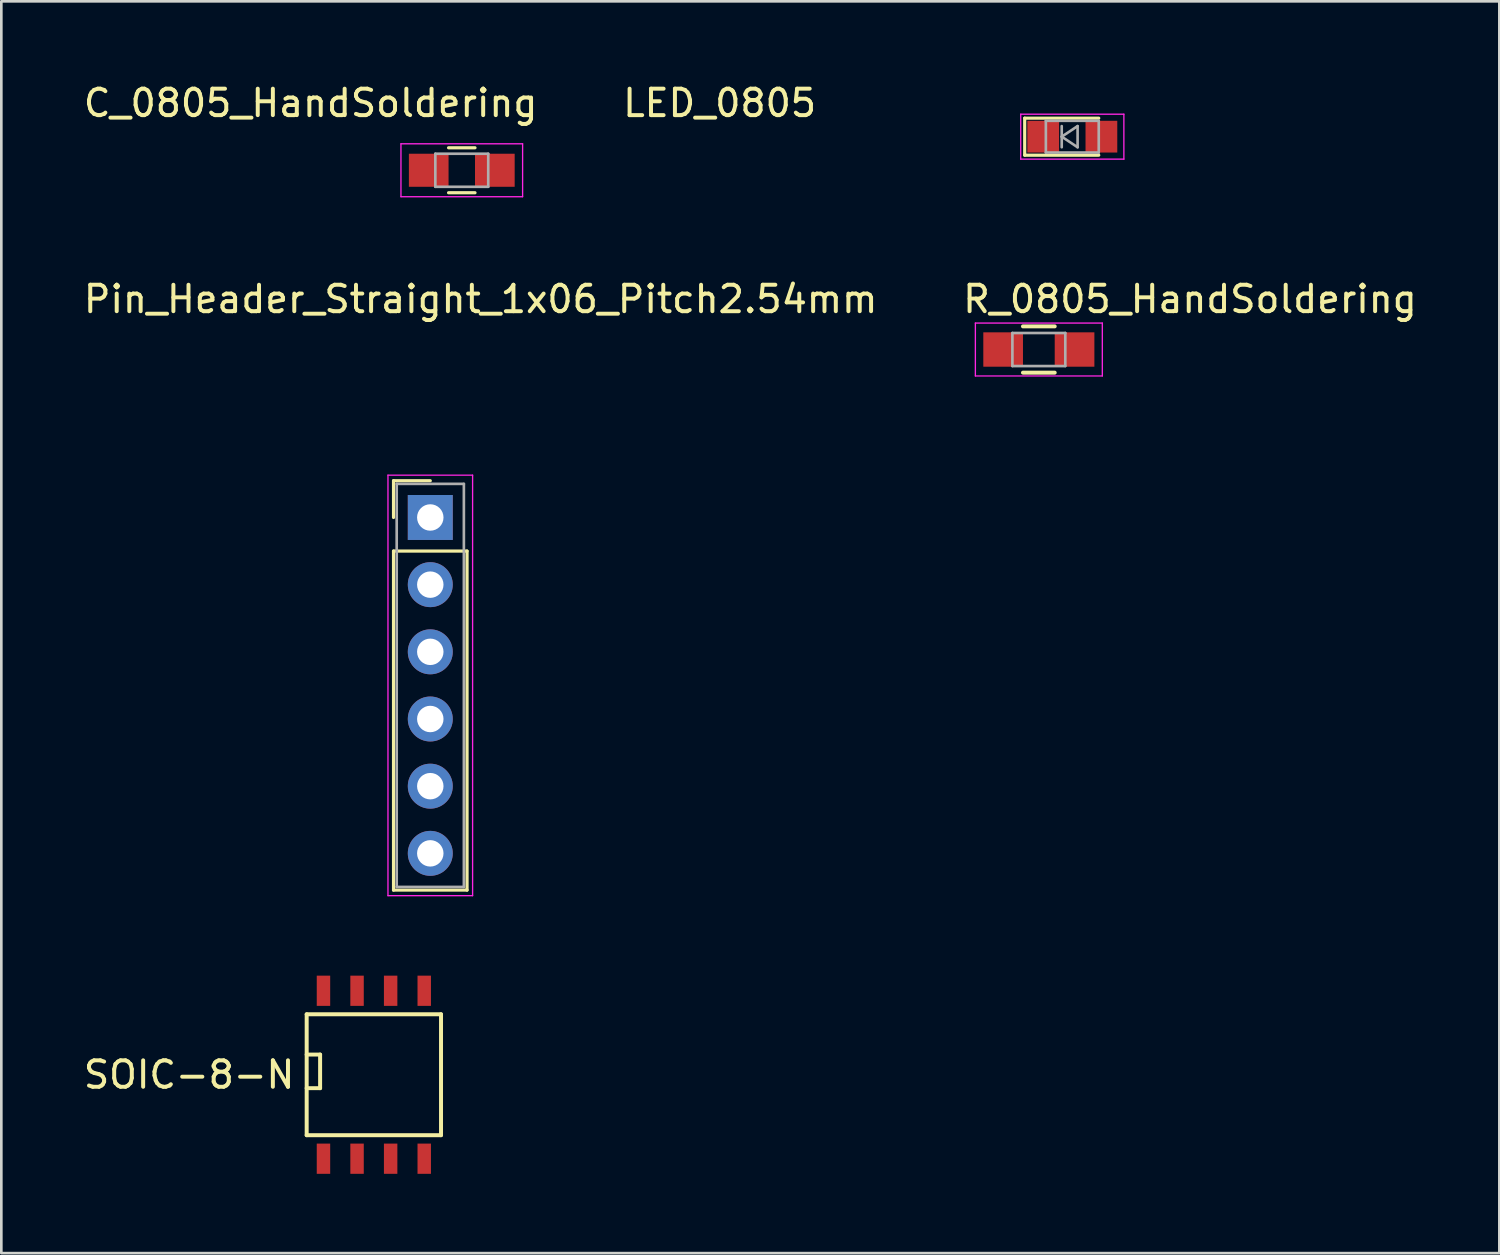
<source format=kicad_pcb>
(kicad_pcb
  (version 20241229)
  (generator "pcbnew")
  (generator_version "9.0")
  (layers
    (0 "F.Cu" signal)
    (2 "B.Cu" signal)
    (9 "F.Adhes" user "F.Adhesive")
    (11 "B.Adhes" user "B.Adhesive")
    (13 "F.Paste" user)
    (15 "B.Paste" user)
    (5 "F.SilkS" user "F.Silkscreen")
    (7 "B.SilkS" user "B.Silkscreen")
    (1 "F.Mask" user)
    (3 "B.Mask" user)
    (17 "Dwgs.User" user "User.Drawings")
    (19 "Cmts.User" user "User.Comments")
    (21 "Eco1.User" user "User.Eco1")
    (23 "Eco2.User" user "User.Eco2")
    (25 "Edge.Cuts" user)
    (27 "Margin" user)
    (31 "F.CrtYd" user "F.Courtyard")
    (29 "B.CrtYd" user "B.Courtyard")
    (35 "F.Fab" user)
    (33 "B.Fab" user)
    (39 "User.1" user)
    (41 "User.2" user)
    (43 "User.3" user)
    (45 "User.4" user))
  (footprint "Pin_Header_Straight_1x06_Pitch2.54mm"
    (layer "F.Cu")
    (at 13.22 16.517)
    (property "Reference" "Pin_Header_Straight_1x06_Pitch2.54mm" (at 1.905 -8.255 0) (layer "F.SilkS") (effects (font (size 1 1) (thickness 0.15))))
    (attr through_hole)
    (fp_line (start -1.39 -1.39) (end 0 -1.39) (stroke (width 0.12) (type solid)) (layer "F.SilkS"))
    (fp_line (start -1.39 0) (end -1.39 -1.39) (stroke (width 0.12) (type solid)) (layer "F.SilkS"))
    (fp_line (start -1.39 1.27) (end -1.39 14.09) (stroke (width 0.12) (type solid)) (layer "F.SilkS"))
    (fp_line (start -1.39 14.09) (end 1.39 14.09) (stroke (width 0.12) (type solid)) (layer "F.SilkS"))
    (fp_line (start 1.39 1.27) (end -1.39 1.27) (stroke (width 0.12) (type solid)) (layer "F.SilkS"))
    (fp_line (start 1.39 14.09) (end 1.39 1.27) (stroke (width 0.12) (type solid)) (layer "F.SilkS"))
    (fp_line (start -1.6 -1.6) (end -1.6 14.3) (stroke (width 0.05) (type solid)) (layer "F.CrtYd"))
    (fp_line (start -1.6 14.3) (end 1.6 14.3) (stroke (width 0.05) (type solid)) (layer "F.CrtYd"))
    (fp_line (start 1.6 -1.6) (end -1.6 -1.6) (stroke (width 0.05) (type solid)) (layer "F.CrtYd"))
    (fp_line (start 1.6 14.3) (end 1.6 -1.6) (stroke (width 0.05) (type solid)) (layer "F.CrtYd"))
    (fp_line (start -1.27 -1.27) (end -1.27 13.97) (stroke (width 0.1) (type solid)) (layer "F.Fab"))
    (fp_line (start -1.27 13.97) (end 1.27 13.97) (stroke (width 0.1) (type solid)) (layer "F.Fab"))
    (fp_line (start 1.27 -1.27) (end -1.27 -1.27) (stroke (width 0.1) (type solid)) (layer "F.Fab"))
    (fp_line (start 1.27 13.97) (end 1.27 -1.27) (stroke (width 0.1) (type solid)) (layer "F.Fab"))
    (pad "1" thru_hole rect (at 0 0) (size 1.7 1.7) (drill 1) (layers "*.Cu" "*.Mask"))
    (pad "2" thru_hole oval (at 0 2.54) (size 1.7 1.7) (drill 1) (layers "*.Cu" "*.Mask"))
    (pad "3" thru_hole oval (at 0 5.08) (size 1.7 1.7) (drill 1) (layers "*.Cu" "*.Mask"))
    (pad "4" thru_hole oval (at 0 7.62) (size 1.7 1.7) (drill 1) (layers "*.Cu" "*.Mask"))
    (pad "5" thru_hole oval (at 0 10.16) (size 1.7 1.7) (drill 1) (layers "*.Cu" "*.Mask"))
    (pad "6" thru_hole oval (at 0 12.7) (size 1.7 1.7) (drill 1) (layers "*.Cu" "*.Mask")))
  (footprint "SOIC-8-N"
    (layer "F.Cu")
    (at 11.086 37.588)
    (property "Reference" "SOIC-8-N" (at -6.985 0 0) (layer "F.SilkS") (effects (font (size 1 1) (thickness 0.15))))
    (attr smd)
    (fp_line (start -2.54 -2.286) (end 2.54 -2.286) (stroke (width 0.15) (type solid)) (layer "F.SilkS"))
    (fp_line (start -2.54 -0.762) (end -2.032 -0.762) (stroke (width 0.15) (type solid)) (layer "F.SilkS"))
    (fp_line (start -2.54 2.286) (end -2.54 -2.286) (stroke (width 0.15) (type solid)) (layer "F.SilkS"))
    (fp_line (start -2.032 -0.762) (end -2.032 0.508) (stroke (width 0.15) (type solid)) (layer "F.SilkS"))
    (fp_line (start -2.032 0.508) (end -2.54 0.508) (stroke (width 0.15) (type solid)) (layer "F.SilkS"))
    (fp_line (start 2.54 -2.286) (end 2.54 2.286) (stroke (width 0.15) (type solid)) (layer "F.SilkS"))
    (fp_line (start 2.54 2.286) (end -2.54 2.286) (stroke (width 0.15) (type solid)) (layer "F.SilkS"))
    (pad "1" smd rect (at -1.905 3.175) (size 0.508 1.143) (layers "F.Cu" "F.Mask" "F.Paste"))
    (pad "2" smd rect (at -0.635 3.175) (size 0.508 1.143) (layers "F.Cu" "F.Mask" "F.Paste"))
    (pad "3" smd rect (at 0.635 3.175) (size 0.508 1.143) (layers "F.Cu" "F.Mask" "F.Paste"))
    (pad "4" smd rect (at 1.905 3.175) (size 0.508 1.143) (layers "F.Cu" "F.Mask" "F.Paste"))
    (pad "5" smd rect (at 1.905 -3.175) (size 0.508 1.143) (layers "F.Cu" "F.Mask" "F.Paste"))
    (pad "6" smd rect (at 0.635 -3.175) (size 0.508 1.143) (layers "F.Cu" "F.Mask" "F.Paste"))
    (pad "7" smd rect (at -0.635 -3.175) (size 0.508 1.143) (layers "F.Cu" "F.Mask" "F.Paste"))
    (pad "8" smd rect (at -1.905 -3.175) (size 0.508 1.143) (layers "F.Cu" "F.Mask" "F.Paste")))
  (footprint "R_0805_HandSoldering"
    (layer "F.Cu")
    (at 36.231 10.166)
    (property "Reference" "R_0805_HandSoldering" (at 5.715 -1.905 0) (layer "F.SilkS") (effects (font (size 1 1) (thickness 0.15))))
    (attr smd)
    (fp_line (start -0.6 -0.875) (end 0.6 -0.875) (stroke (width 0.15) (type solid)) (layer "F.SilkS"))
    (fp_line (start 0.6 0.875) (end -0.6 0.875) (stroke (width 0.15) (type solid)) (layer "F.SilkS"))
    (fp_line (start -2.4 -1) (end -2.4 1) (stroke (width 0.05) (type solid)) (layer "F.CrtYd"))
    (fp_line (start -2.4 -1) (end 2.4 -1) (stroke (width 0.05) (type solid)) (layer "F.CrtYd"))
    (fp_line (start -2.4 1) (end 2.4 1) (stroke (width 0.05) (type solid)) (layer "F.CrtYd"))
    (fp_line (start 2.4 -1) (end 2.4 1) (stroke (width 0.05) (type solid)) (layer "F.CrtYd"))
    (fp_line (start -1 -0.625) (end 1 -0.625) (stroke (width 0.1) (type solid)) (layer "F.Fab"))
    (fp_line (start -1 0.625) (end -1 -0.625) (stroke (width 0.1) (type solid)) (layer "F.Fab"))
    (fp_line (start 1 -0.625) (end 1 0.625) (stroke (width 0.1) (type solid)) (layer "F.Fab"))
    (fp_line (start 1 0.625) (end -1 0.625) (stroke (width 0.1) (type solid)) (layer "F.Fab"))
    (pad "1" smd rect (at -1.35 0) (size 1.5 1.3) (layers "F.Cu" "F.Mask" "F.Paste"))
    (pad "2" smd rect (at 1.35 0) (size 1.5 1.3) (layers "F.Cu" "F.Mask" "F.Paste")))
  (footprint "LED_0805"
    (layer "F.Cu")
    (at 37.496 2.118)
    (property "Reference" "LED_0805" (at -13.335 -1.27 0) (layer "F.SilkS") (effects (font (size 1 1) (thickness 0.15))))
    (attr smd)
    (fp_line (start -1.8 -0.7) (end -1.8 0.7) (stroke (width 0.12) (type solid)) (layer "F.SilkS"))
    (fp_line (start -1.8 -0.7) (end 1 -0.7) (stroke (width 0.12) (type solid)) (layer "F.SilkS"))
    (fp_line (start -1.8 0.7) (end 1 0.7) (stroke (width 0.12) (type solid)) (layer "F.SilkS"))
    (fp_line (start -1.95 -0.85) (end 1.95 -0.85) (stroke (width 0.05) (type solid)) (layer "F.CrtYd"))
    (fp_line (start -1.95 0.85) (end -1.95 -0.85) (stroke (width 0.05) (type solid)) (layer "F.CrtYd"))
    (fp_line (start 1.95 -0.85) (end 1.95 0.85) (stroke (width 0.05) (type solid)) (layer "F.CrtYd"))
    (fp_line (start 1.95 0.85) (end -1.95 0.85) (stroke (width 0.05) (type solid)) (layer "F.CrtYd"))
    (fp_line (start -1 -0.6) (end 1 -0.6) (stroke (width 0.1) (type solid)) (layer "F.Fab"))
    (fp_line (start -1 0.6) (end -1 -0.6) (stroke (width 0.1) (type solid)) (layer "F.Fab"))
    (fp_line (start -0.4 -0.4) (end -0.4 0.4) (stroke (width 0.1) (type solid)) (layer "F.Fab"))
    (fp_line (start -0.4 0) (end 0.2 -0.4) (stroke (width 0.1) (type solid)) (layer "F.Fab"))
    (fp_line (start 0.2 -0.4) (end 0.2 0.4) (stroke (width 0.1) (type solid)) (layer "F.Fab"))
    (fp_line (start 0.2 0.4) (end -0.4 0) (stroke (width 0.1) (type solid)) (layer "F.Fab"))
    (fp_line (start 1 -0.6) (end 1 0.6) (stroke (width 0.1) (type solid)) (layer "F.Fab"))
    (fp_line (start 1 0.6) (end -1 0.6) (stroke (width 0.1) (type solid)) (layer "F.Fab"))
    (pad "1" smd rect (at -1.1 0 180) (size 1.2 1.2) (layers "F.Cu" "F.Mask" "F.Paste"))
    (pad "2" smd rect (at 1.1 0 180) (size 1.2 1.2) (layers "F.Cu" "F.Mask" "F.Paste")))
  (footprint "C_0805_HandSoldering"
    (layer "F.Cu")
    (at 14.411 3.388)
    (property "Reference" "C_0805_HandSoldering" (at -5.715 -2.54 0) (layer "F.SilkS") (effects (font (size 1 1) (thickness 0.15))))
    (attr smd)
    (fp_line (start -0.5 0.85) (end 0.5 0.85) (stroke (width 0.12) (type solid)) (layer "F.SilkS"))
    (fp_line (start 0.5 -0.85) (end -0.5 -0.85) (stroke (width 0.12) (type solid)) (layer "F.SilkS"))
    (fp_line (start -2.3 -1) (end -2.3 1) (stroke (width 0.05) (type solid)) (layer "F.CrtYd"))
    (fp_line (start -2.3 -1) (end 2.3 -1) (stroke (width 0.05) (type solid)) (layer "F.CrtYd"))
    (fp_line (start -2.3 1) (end 2.3 1) (stroke (width 0.05) (type solid)) (layer "F.CrtYd"))
    (fp_line (start 2.3 -1) (end 2.3 1) (stroke (width 0.05) (type solid)) (layer "F.CrtYd"))
    (fp_line (start -1 -0.625) (end 1 -0.625) (stroke (width 0.1) (type solid)) (layer "F.Fab"))
    (fp_line (start -1 0.625) (end -1 -0.625) (stroke (width 0.1) (type solid)) (layer "F.Fab"))
    (fp_line (start 1 -0.625) (end 1 0.625) (stroke (width 0.1) (type solid)) (layer "F.Fab"))
    (fp_line (start 1 0.625) (end -1 0.625) (stroke (width 0.1) (type solid)) (layer "F.Fab"))
    (pad "1" smd rect (at -1.25 0) (size 1.5 1.25) (layers "F.Cu" "F.Mask" "F.Paste"))
    (pad "2" smd rect (at 1.25 0) (size 1.5 1.25) (layers "F.Cu" "F.Mask" "F.Paste")))
  (gr_rect
    (start -3 -3)
    (end 53.643 44.334)
    (stroke (width 0.1) (type default))
    (fill no)
    (layer "Edge.Cuts")))
</source>
